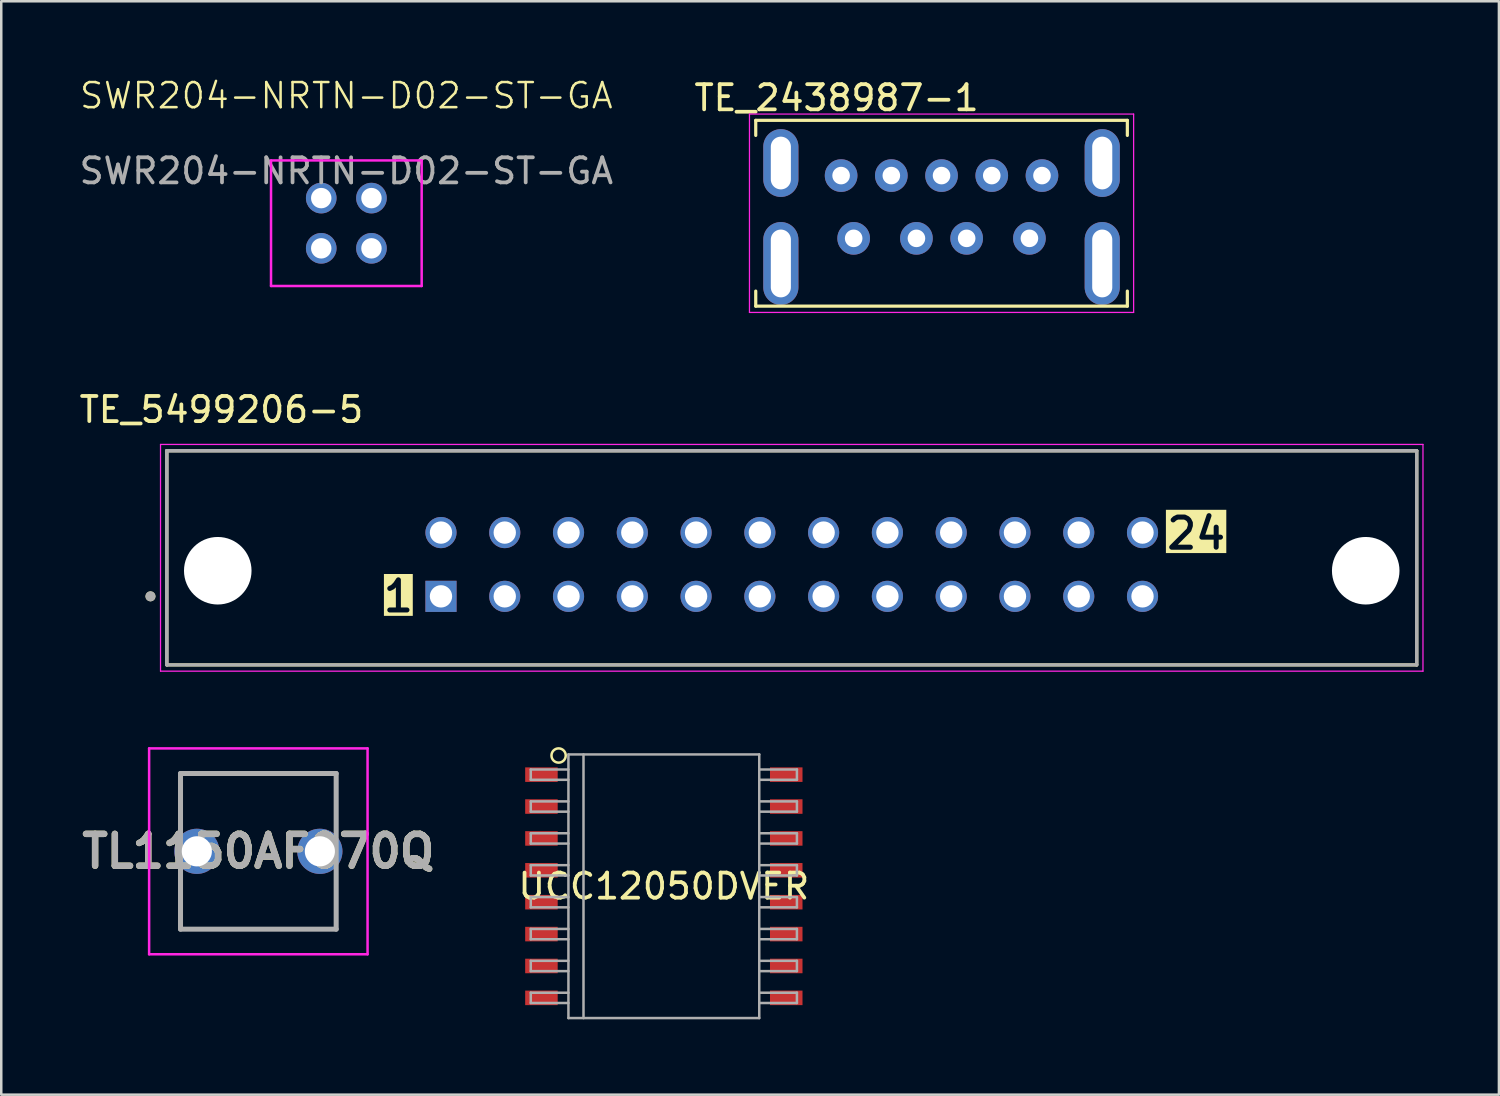
<source format=kicad_pcb>
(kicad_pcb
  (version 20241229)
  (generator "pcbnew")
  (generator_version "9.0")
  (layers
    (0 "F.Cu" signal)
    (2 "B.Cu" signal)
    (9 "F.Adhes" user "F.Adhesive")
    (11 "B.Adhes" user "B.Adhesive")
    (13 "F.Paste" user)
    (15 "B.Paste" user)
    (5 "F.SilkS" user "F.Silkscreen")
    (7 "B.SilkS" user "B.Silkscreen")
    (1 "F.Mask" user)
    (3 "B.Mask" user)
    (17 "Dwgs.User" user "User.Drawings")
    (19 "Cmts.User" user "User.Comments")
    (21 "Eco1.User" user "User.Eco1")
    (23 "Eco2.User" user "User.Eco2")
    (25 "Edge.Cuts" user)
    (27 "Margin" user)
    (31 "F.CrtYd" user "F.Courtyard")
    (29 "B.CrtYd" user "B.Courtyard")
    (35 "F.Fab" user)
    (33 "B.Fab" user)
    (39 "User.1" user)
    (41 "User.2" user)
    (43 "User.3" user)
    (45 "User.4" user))
  (footprint "TE_2438987-1"
    (layer "F.Cu")
    (at 34.449 5.443)
    (property "Reference" "TE_2438987-1" (at -4.183 -4.594 180) (layer "F.SilkS") (effects (font (size 1.002 1.002) (thickness 0.15))))
    (attr through_hole)
    (fp_line (start -7.4 -3.7) (end 7.4 -3.7) (stroke (width 0.127) (type solid)) (layer "F.SilkS"))
    (fp_line (start -7.4 -3.1) (end -7.4 -3.7) (stroke (width 0.127) (type solid)) (layer "F.SilkS"))
    (fp_line (start -7.4 3.7) (end -7.4 3.1) (stroke (width 0.127) (type solid)) (layer "F.SilkS"))
    (fp_line (start 7.4 -3.7) (end 7.4 -3.1) (stroke (width 0.127) (type solid)) (layer "F.SilkS"))
    (fp_line (start 7.4 3.1) (end 7.4 3.7) (stroke (width 0.127) (type solid)) (layer "F.SilkS"))
    (fp_line (start 7.4 3.7) (end -7.4 3.7) (stroke (width 0.127) (type solid)) (layer "F.SilkS"))
    (fp_line (start -7.65 -3.95) (end 7.65 -3.95) (stroke (width 0.05) (type solid)) (layer "F.CrtYd"))
    (fp_line (start -7.65 3.95) (end -7.65 -3.95) (stroke (width 0.05) (type solid)) (layer "F.CrtYd"))
    (fp_line (start 7.65 -3.95) (end 7.65 3.95) (stroke (width 0.05) (type solid)) (layer "F.CrtYd"))
    (fp_line (start 7.65 3.95) (end -7.65 3.95) (stroke (width 0.05) (type solid)) (layer "F.CrtYd"))
    (pad "1" thru_hole circle (at -3.5 1 180) (size 1.3 1.3) (drill 0.7) (layers "*.Cu" "*.Mask"))
    (pad "2" thru_hole circle (at -1 1 180) (size 1.3 1.3) (drill 0.7) (layers "*.Cu" "*.Mask"))
    (pad "3" thru_hole circle (at 1 1 180) (size 1.3 1.3) (drill 0.7) (layers "*.Cu" "*.Mask"))
    (pad "4" thru_hole circle (at 3.5 1 180) (size 1.3 1.3) (drill 0.7) (layers "*.Cu" "*.Mask"))
    (pad "5" thru_hole circle (at 4 -1.5 180) (size 1.3 1.3) (drill 0.7) (layers "*.Cu" "*.Mask"))
    (pad "6" thru_hole circle (at 2 -1.5 180) (size 1.3 1.3) (drill 0.7) (layers "*.Cu" "*.Mask"))
    (pad "7" thru_hole circle (at 0 -1.5 180) (size 1.3 1.3) (drill 0.7) (layers "*.Cu" "*.Mask"))
    (pad "8" thru_hole circle (at -2 -1.5 180) (size 1.3 1.3) (drill 0.7) (layers "*.Cu" "*.Mask"))
    (pad "9" thru_hole circle (at -4 -1.5 180) (size 1.3 1.3) (drill 0.7) (layers "*.Cu" "*.Mask"))
    (pad "SHIELD" thru_hole oval (at -6.4 -2 180) (size 1.4 2.7) (drill oval 0.8 2.1) (layers "*.Cu" "*.Mask"))
    (pad "SHIELD" thru_hole oval (at -6.4 2 180) (size 1.4 3.3) (drill oval 0.8 2.7) (layers "*.Cu" "*.Mask"))
    (pad "SHIELD" thru_hole oval (at 6.4 -2 180) (size 1.4 2.7) (drill oval 0.8 2.1) (layers "*.Cu" "*.Mask"))
    (pad "SHIELD" thru_hole oval (at 6.4 2 180) (size 1.4 3.3) (drill oval 0.8 2.7) (layers "*.Cu" "*.Mask"))
    (zone (net_name "") (layers "F.Cu" "B.Cu") (hatch edge 0.5) (connect_pads) (min_thickness 0.25) (filled_areas_thickness no) (keepout (tracks not_allowed) (vias not_allowed) (pads not_allowed) (copperpour allowed) (footprints allowed)) (placement (enabled no)) (fill) (polygon (pts (xy 28.949 2.893) (xy 29.649 2.893) (xy 29.649 4.413) (xy 28.949 4.413))))
    (zone (net_name "") (layers "F.Cu" "B.Cu") (hatch edge 0.5) (connect_pads) (min_thickness 0.25) (filled_areas_thickness no) (keepout (tracks not_allowed) (vias not_allowed) (pads not_allowed) (copperpour allowed) (footprints allowed)) (placement (enabled no)) (fill) (polygon (pts (xy 28.949 6.843) (xy 29.649 6.843) (xy 29.649 8.043) (xy 28.949 8.043))))
    (zone (net_name "") (layers "F.Cu" "B.Cu") (hatch edge 0.5) (connect_pads) (min_thickness 0.25) (filled_areas_thickness no) (keepout (tracks not_allowed) (vias not_allowed) (pads not_allowed) (copperpour allowed) (footprints allowed)) (placement (enabled no)) (fill) (polygon (pts (xy 39.249 6.843) (xy 39.949 6.843) (xy 39.949 8.043) (xy 39.249 8.043))))
    (zone (net_name "") (layers "F.Cu" "B.Cu") (hatch edge 0.5) (connect_pads) (min_thickness 0.25) (filled_areas_thickness no) (keepout (tracks not_allowed) (vias not_allowed) (pads not_allowed) (copperpour allowed) (footprints allowed)) (placement (enabled no)) (fill) (polygon (pts (xy 39.259 2.903) (xy 39.959 2.903) (xy 39.959 4.423) (xy 39.259 4.423)))))
  (footprint "SWR204-NRTN-D02-ST-GA"
    (layer "F.Cu")
    (at 10.744 5.84)
    (property "Reference" "SWR204-NRTN-D02-ST-GA" (at 0 -5.08 0) (unlocked yes) (layer "F.SilkS") (effects (font (size 1 1) (thickness 0.1))))
    (attr through_hole)
    (fp_line (start -3 -2.5) (end -3 2.5) (stroke (width 0.1) (type default)) (layer "F.CrtYd"))
    (fp_line (start -3 2.5) (end 3 2.5) (stroke (width 0.1) (type default)) (layer "F.CrtYd"))
    (fp_line (start 3 -2.5) (end -3 -2.5) (stroke (width 0.1) (type default)) (layer "F.CrtYd"))
    (fp_line (start 3 2.5) (end 3 -2.5) (stroke (width 0.1) (type default)) (layer "F.CrtYd"))
    (fp_text user "${REFERENCE}" (at 0 -2.08 0) (unlocked yes) (layer "F.Fab") (effects (font (size 1 1) (thickness 0.15))))
    (pad "1" thru_hole circle (at 1 -1) (size 1.219 1.219) (drill 0.813) (layers "*.Cu" "*.Mask"))
    (pad "2" thru_hole circle (at -1 -1) (size 1.219 1.219) (drill 0.813) (layers "*.Cu" "*.Mask"))
    (pad "3" thru_hole circle (at -1 1) (size 1.219 1.219) (drill 0.813) (layers "*.Cu" "*.Mask"))
    (pad "4" thru_hole circle (at 1 1) (size 1.219 1.219) (drill 0.813) (layers "*.Cu" "*.Mask")))
  (footprint "TE_5499206-5"
    (layer "F.Cu")
    (at 14.513 20.701)
    (property "Reference" "TE_5499206-5" (at -8.745 -7.435 0) (layer "F.SilkS") (effects (font (size 1 1) (thickness 0.15))))
    (attr through_hole)
    (fp_line (start -10.92 2.73) (end -10.92 -5.8) (stroke (width 0.127) (type solid)) (layer "F.SilkS"))
    (fp_line (start 38.86 -5.8) (end -10.92 -5.8) (stroke (width 0.127) (type solid)) (layer "F.SilkS"))
    (fp_line (start 38.86 -5.8) (end 38.86 2.73) (stroke (width 0.127) (type solid)) (layer "F.SilkS"))
    (fp_line (start 38.86 2.73) (end -10.92 2.73) (stroke (width 0.127) (type solid)) (layer "F.SilkS"))
    (fp_circle (center -11.57 0) (end -11.47 0) (stroke (width 0.2) (type solid)) (fill no) (layer "F.SilkS"))
    (fp_line (start -11.17 -6.05) (end 39.11 -6.05) (stroke (width 0.05) (type solid)) (layer "F.CrtYd"))
    (fp_line (start -11.17 2.98) (end -11.17 -6.05) (stroke (width 0.05) (type solid)) (layer "F.CrtYd"))
    (fp_line (start 39.11 -6.05) (end 39.11 2.98) (stroke (width 0.05) (type solid)) (layer "F.CrtYd"))
    (fp_line (start 39.11 2.98) (end -11.17 2.98) (stroke (width 0.05) (type solid)) (layer "F.CrtYd"))
    (fp_line (start -10.92 -5.8) (end 38.86 -5.8) (stroke (width 0.127) (type solid)) (layer "F.Fab"))
    (fp_line (start -10.92 -5.8) (end 38.86 -5.8) (stroke (width 0.127) (type solid)) (layer "F.Fab"))
    (fp_line (start -10.92 2.73) (end -10.92 -5.8) (stroke (width 0.127) (type solid)) (layer "F.Fab"))
    (fp_line (start -10.92 2.73) (end -10.92 -5.8) (stroke (width 0.127) (type solid)) (layer "F.Fab"))
    (fp_line (start 38.86 -5.8) (end 38.86 2.73) (stroke (width 0.127) (type solid)) (layer "F.Fab"))
    (fp_line (start 38.86 -5.8) (end 38.86 2.73) (stroke (width 0.127) (type solid)) (layer "F.Fab"))
    (fp_line (start 38.86 2.73) (end -10.92 2.73) (stroke (width 0.127) (type solid)) (layer "F.Fab"))
    (fp_circle (center -11.57 0) (end -11.47 0) (stroke (width 0.2) (type solid)) (fill no) (layer "F.Fab"))
    (fp_text user "1" (at -2.4 0.7 0) (unlocked yes) (layer "F.SilkS" knockout) (effects (font (size 1.2 1.2) (thickness 0.2) (bold yes)) (justify left bottom)))
    (fp_text user "24" (at 28.8 -1.8 0) (unlocked yes) (layer "F.SilkS" knockout) (effects (font (size 1.2 1.2) (thickness 0.2) (bold yes)) (justify left bottom)))
    (pad "" np_thru_hole circle (at -8.89 -1.02) (size 2.69 2.69) (drill 2.69) (layers "*.Cu" "*.Mask"))
    (pad "" np_thru_hole circle (at 36.83 -1.02) (size 2.69 2.69) (drill 2.69) (layers "*.Cu" "*.Mask"))
    (pad "1" thru_hole rect (at 0 0) (size 1.24 1.24) (drill 0.89) (layers "*.Cu" "*.Mask"))
    (pad "2" thru_hole circle (at 0 -2.54) (size 1.24 1.24) (drill 0.89) (layers "*.Cu" "*.Mask"))
    (pad "3" thru_hole circle (at 2.54 0) (size 1.24 1.24) (drill 0.89) (layers "*.Cu" "*.Mask"))
    (pad "4" thru_hole circle (at 2.54 -2.54) (size 1.24 1.24) (drill 0.89) (layers "*.Cu" "*.Mask"))
    (pad "5" thru_hole circle (at 5.08 0) (size 1.24 1.24) (drill 0.89) (layers "*.Cu" "*.Mask"))
    (pad "6" thru_hole circle (at 5.08 -2.54) (size 1.24 1.24) (drill 0.89) (layers "*.Cu" "*.Mask"))
    (pad "7" thru_hole circle (at 7.62 0) (size 1.24 1.24) (drill 0.89) (layers "*.Cu" "*.Mask"))
    (pad "8" thru_hole circle (at 7.62 -2.54) (size 1.24 1.24) (drill 0.89) (layers "*.Cu" "*.Mask"))
    (pad "9" thru_hole circle (at 10.16 0) (size 1.24 1.24) (drill 0.89) (layers "*.Cu" "*.Mask"))
    (pad "10" thru_hole circle (at 10.16 -2.54) (size 1.24 1.24) (drill 0.89) (layers "*.Cu" "*.Mask"))
    (pad "11" thru_hole circle (at 12.7 0) (size 1.24 1.24) (drill 0.89) (layers "*.Cu" "*.Mask"))
    (pad "12" thru_hole circle (at 12.7 -2.54) (size 1.24 1.24) (drill 0.89) (layers "*.Cu" "*.Mask"))
    (pad "13" thru_hole circle (at 15.24 0) (size 1.24 1.24) (drill 0.89) (layers "*.Cu" "*.Mask"))
    (pad "14" thru_hole circle (at 15.24 -2.54) (size 1.24 1.24) (drill 0.89) (layers "*.Cu" "*.Mask"))
    (pad "15" thru_hole circle (at 17.78 0) (size 1.24 1.24) (drill 0.89) (layers "*.Cu" "*.Mask"))
    (pad "16" thru_hole circle (at 17.78 -2.54) (size 1.24 1.24) (drill 0.89) (layers "*.Cu" "*.Mask"))
    (pad "17" thru_hole circle (at 20.32 0) (size 1.24 1.24) (drill 0.89) (layers "*.Cu" "*.Mask"))
    (pad "18" thru_hole circle (at 20.32 -2.54) (size 1.24 1.24) (drill 0.89) (layers "*.Cu" "*.Mask"))
    (pad "19" thru_hole circle (at 22.86 0) (size 1.24 1.24) (drill 0.89) (layers "*.Cu" "*.Mask"))
    (pad "20" thru_hole circle (at 22.86 -2.54) (size 1.24 1.24) (drill 0.89) (layers "*.Cu" "*.Mask"))
    (pad "21" thru_hole circle (at 25.4 0) (size 1.24 1.24) (drill 0.89) (layers "*.Cu" "*.Mask"))
    (pad "22" thru_hole circle (at 25.4 -2.54) (size 1.24 1.24) (drill 0.89) (layers "*.Cu" "*.Mask"))
    (pad "23" thru_hole circle (at 27.94 0) (size 1.24 1.24) (drill 0.89) (layers "*.Cu" "*.Mask"))
    (pad "24" thru_hole circle (at 27.94 -2.54) (size 1.24 1.24) (drill 0.89) (layers "*.Cu" "*.Mask")))
  (footprint "UCC12050DVER"
    (layer "F.Cu")
    (at 23.389 32.247)
    (property "Reference" "UCC12050DVER" (at 0 0 0) (layer "F.SilkS") (effects (font (size 1 1) (thickness 0.15))))
    (attr through_hole)
    (fp_circle (center -4.191 -5.207) (end -4.064 -5.461) (stroke (width 0.1) (type default)) (fill no) (layer "F.SilkS"))
    (fp_line (start -5.3 -4.65) (end -3.8 -4.65) (stroke (width 0.1) (type solid)) (layer "F.Fab"))
    (fp_line (start -5.3 -4.24) (end -5.3 -4.65) (stroke (width 0.1) (type solid)) (layer "F.Fab"))
    (fp_line (start -5.3 -4.24) (end -3.8 -4.24) (stroke (width 0.1) (type solid)) (layer "F.Fab"))
    (fp_line (start -5.3 -3.38) (end -3.8 -3.38) (stroke (width 0.1) (type solid)) (layer "F.Fab"))
    (fp_line (start -5.3 -2.97) (end -5.3 -3.38) (stroke (width 0.1) (type solid)) (layer "F.Fab"))
    (fp_line (start -5.3 -2.97) (end -3.8 -2.97) (stroke (width 0.1) (type solid)) (layer "F.Fab"))
    (fp_line (start -5.3 -2.11) (end -3.8 -2.11) (stroke (width 0.1) (type solid)) (layer "F.Fab"))
    (fp_line (start -5.3 -1.7) (end -5.3 -2.11) (stroke (width 0.1) (type solid)) (layer "F.Fab"))
    (fp_line (start -5.3 -1.7) (end -3.8 -1.7) (stroke (width 0.1) (type solid)) (layer "F.Fab"))
    (fp_line (start -5.3 -0.84) (end -3.8 -0.84) (stroke (width 0.1) (type solid)) (layer "F.Fab"))
    (fp_line (start -5.3 -0.43) (end -5.3 -0.84) (stroke (width 0.1) (type solid)) (layer "F.Fab"))
    (fp_line (start -5.3 -0.43) (end -3.8 -0.43) (stroke (width 0.1) (type solid)) (layer "F.Fab"))
    (fp_line (start -5.3 0.43) (end -3.8 0.43) (stroke (width 0.1) (type solid)) (layer "F.Fab"))
    (fp_line (start -5.3 0.84) (end -5.3 0.43) (stroke (width 0.1) (type solid)) (layer "F.Fab"))
    (fp_line (start -5.3 0.84) (end -3.8 0.84) (stroke (width 0.1) (type solid)) (layer "F.Fab"))
    (fp_line (start -5.3 1.7) (end -3.8 1.7) (stroke (width 0.1) (type solid)) (layer "F.Fab"))
    (fp_line (start -5.3 2.11) (end -5.3 1.7) (stroke (width 0.1) (type solid)) (layer "F.Fab"))
    (fp_line (start -5.3 2.11) (end -3.8 2.11) (stroke (width 0.1) (type solid)) (layer "F.Fab"))
    (fp_line (start -5.3 2.97) (end -3.8 2.97) (stroke (width 0.1) (type solid)) (layer "F.Fab"))
    (fp_line (start -5.3 3.38) (end -5.3 2.97) (stroke (width 0.1) (type solid)) (layer "F.Fab"))
    (fp_line (start -5.3 3.38) (end -3.8 3.38) (stroke (width 0.1) (type solid)) (layer "F.Fab"))
    (fp_line (start -5.3 4.24) (end -3.8 4.24) (stroke (width 0.1) (type solid)) (layer "F.Fab"))
    (fp_line (start -5.3 4.65) (end -5.3 4.24) (stroke (width 0.1) (type solid)) (layer "F.Fab"))
    (fp_line (start -5.3 4.65) (end -3.8 4.65) (stroke (width 0.1) (type solid)) (layer "F.Fab"))
    (fp_line (start -3.8 -5.25) (end 3.8 -5.25) (stroke (width 0.1) (type solid)) (layer "F.Fab"))
    (fp_line (start -3.8 5.25) (end -3.8 -5.25) (stroke (width 0.1) (type solid)) (layer "F.Fab"))
    (fp_line (start -3.8 5.25) (end 3.8 5.25) (stroke (width 0.1) (type solid)) (layer "F.Fab"))
    (fp_line (start -3.2 5.25) (end -3.2 -5.25) (stroke (width 0.1) (type solid)) (layer "F.Fab"))
    (fp_line (start 3.8 -4.65) (end 5.3 -4.65) (stroke (width 0.1) (type solid)) (layer "F.Fab"))
    (fp_line (start 3.8 -4.24) (end 5.3 -4.24) (stroke (width 0.1) (type solid)) (layer "F.Fab"))
    (fp_line (start 3.8 -3.38) (end 5.3 -3.38) (stroke (width 0.1) (type solid)) (layer "F.Fab"))
    (fp_line (start 3.8 -2.97) (end 5.3 -2.97) (stroke (width 0.1) (type solid)) (layer "F.Fab"))
    (fp_line (start 3.8 -2.11) (end 5.3 -2.11) (stroke (width 0.1) (type solid)) (layer "F.Fab"))
    (fp_line (start 3.8 -1.7) (end 5.3 -1.7) (stroke (width 0.1) (type solid)) (layer "F.Fab"))
    (fp_line (start 3.8 -0.84) (end 5.3 -0.84) (stroke (width 0.1) (type solid)) (layer "F.Fab"))
    (fp_line (start 3.8 -0.43) (end 5.3 -0.43) (stroke (width 0.1) (type solid)) (layer "F.Fab"))
    (fp_line (start 3.8 0.43) (end 5.3 0.43) (stroke (width 0.1) (type solid)) (layer "F.Fab"))
    (fp_line (start 3.8 0.84) (end 5.3 0.84) (stroke (width 0.1) (type solid)) (layer "F.Fab"))
    (fp_line (start 3.8 1.7) (end 5.3 1.7) (stroke (width 0.1) (type solid)) (layer "F.Fab"))
    (fp_line (start 3.8 2.11) (end 5.3 2.11) (stroke (width 0.1) (type solid)) (layer "F.Fab"))
    (fp_line (start 3.8 2.97) (end 5.3 2.97) (stroke (width 0.1) (type solid)) (layer "F.Fab"))
    (fp_line (start 3.8 3.38) (end 5.3 3.38) (stroke (width 0.1) (type solid)) (layer "F.Fab"))
    (fp_line (start 3.8 4.24) (end 5.3 4.24) (stroke (width 0.1) (type solid)) (layer "F.Fab"))
    (fp_line (start 3.8 4.65) (end 5.3 4.65) (stroke (width 0.1) (type solid)) (layer "F.Fab"))
    (fp_line (start 3.8 5.25) (end 3.8 -5.25) (stroke (width 0.1) (type solid)) (layer "F.Fab"))
    (fp_line (start 5.3 -4.24) (end 5.3 -4.65) (stroke (width 0.1) (type solid)) (layer "F.Fab"))
    (fp_line (start 5.3 -2.97) (end 5.3 -3.38) (stroke (width 0.1) (type solid)) (layer "F.Fab"))
    (fp_line (start 5.3 -1.7) (end 5.3 -2.11) (stroke (width 0.1) (type solid)) (layer "F.Fab"))
    (fp_line (start 5.3 -0.43) (end 5.3 -0.84) (stroke (width 0.1) (type solid)) (layer "F.Fab"))
    (fp_line (start 5.3 0.84) (end 5.3 0.43) (stroke (width 0.1) (type solid)) (layer "F.Fab"))
    (fp_line (start 5.3 2.11) (end 5.3 1.7) (stroke (width 0.1) (type solid)) (layer "F.Fab"))
    (fp_line (start 5.3 3.38) (end 5.3 2.97) (stroke (width 0.1) (type solid)) (layer "F.Fab"))
    (fp_line (start 5.3 4.65) (end 5.3 4.24) (stroke (width 0.1) (type solid)) (layer "F.Fab"))
    (pad "1" smd rect (at -4.875 -4.445) (size 1.295 0.579) (layers "F.Cu" "F.Mask" "F.Paste"))
    (pad "2" smd rect (at -4.875 -3.175) (size 1.295 0.579) (layers "F.Cu" "F.Mask" "F.Paste"))
    (pad "3" smd rect (at -4.875 -1.905) (size 1.295 0.579) (layers "F.Cu" "F.Mask" "F.Paste"))
    (pad "4" smd rect (at -4.875 -0.635) (size 1.295 0.579) (layers "F.Cu" "F.Mask" "F.Paste"))
    (pad "5" smd rect (at -4.875 0.635) (size 1.295 0.579) (layers "F.Cu" "F.Mask" "F.Paste"))
    (pad "6" smd rect (at -4.875 1.905) (size 1.295 0.579) (layers "F.Cu" "F.Mask" "F.Paste"))
    (pad "7" smd rect (at -4.875 3.175) (size 1.295 0.579) (layers "F.Cu" "F.Mask" "F.Paste"))
    (pad "8" smd rect (at -4.875 4.445) (size 1.295 0.579) (layers "F.Cu" "F.Mask" "F.Paste"))
    (pad "9" smd rect (at 4.875 4.445) (size 1.295 0.579) (layers "F.Cu" "F.Mask" "F.Paste"))
    (pad "10" smd rect (at 4.875 3.175) (size 1.295 0.579) (layers "F.Cu" "F.Mask" "F.Paste"))
    (pad "11" smd rect (at 4.875 1.905) (size 1.295 0.579) (layers "F.Cu" "F.Mask" "F.Paste"))
    (pad "12" smd rect (at 4.875 0.635) (size 1.295 0.579) (layers "F.Cu" "F.Mask" "F.Paste"))
    (pad "13" smd rect (at 4.875 -0.635) (size 1.295 0.579) (layers "F.Cu" "F.Mask" "F.Paste"))
    (pad "14" smd rect (at 4.875 -1.905) (size 1.295 0.578) (layers "F.Cu" "F.Mask" "F.Paste"))
    (pad "15" smd rect (at 4.875 -3.175) (size 1.295 0.579) (layers "F.Cu" "F.Mask" "F.Paste"))
    (pad "16" smd rect (at 4.875 -4.445) (size 1.295 0.579) (layers "F.Cu" "F.Mask" "F.Paste")))
  (footprint "TL1150AF070Q"
    (layer "F.Cu")
    (at 4.789 30.856)
    (property "Reference" "TL1150AF070Q" (at 2.45 0 0) (layer "F.SilkS") (effects (font (size 1.27 1.27) (thickness 0.254))))
    (attr through_hole)
    (fp_line (start -0.65 -3.1) (end 5.55 -3.1) (stroke (width 0.1) (type solid)) (layer "F.SilkS"))
    (fp_line (start -0.65 -1.2) (end -0.65 -3.1) (stroke (width 0.1) (type solid)) (layer "F.SilkS"))
    (fp_line (start -0.65 1.2) (end -0.65 3.1) (stroke (width 0.1) (type solid)) (layer "F.SilkS"))
    (fp_line (start -0.65 3.1) (end 5.55 3.1) (stroke (width 0.1) (type solid)) (layer "F.SilkS"))
    (fp_line (start 5.55 -3.1) (end 5.55 -1.2) (stroke (width 0.1) (type solid)) (layer "F.SilkS"))
    (fp_line (start 5.55 3.1) (end 5.55 1.2) (stroke (width 0.1) (type solid)) (layer "F.SilkS"))
    (fp_line (start -1.9 -4.1) (end 6.8 -4.1) (stroke (width 0.1) (type solid)) (layer "F.CrtYd"))
    (fp_line (start -1.9 4.1) (end -1.9 -4.1) (stroke (width 0.1) (type solid)) (layer "F.CrtYd"))
    (fp_line (start 6.8 -4.1) (end 6.8 4.1) (stroke (width 0.1) (type solid)) (layer "F.CrtYd"))
    (fp_line (start 6.8 4.1) (end -1.9 4.1) (stroke (width 0.1) (type solid)) (layer "F.CrtYd"))
    (fp_line (start -0.65 -3.1) (end 5.55 -3.1) (stroke (width 0.2) (type solid)) (layer "F.Fab"))
    (fp_line (start -0.65 3.1) (end -0.65 -3.1) (stroke (width 0.2) (type solid)) (layer "F.Fab"))
    (fp_line (start 5.55 -3.1) (end 5.55 3.1) (stroke (width 0.2) (type solid)) (layer "F.Fab"))
    (fp_line (start 5.55 3.1) (end -0.65 3.1) (stroke (width 0.2) (type solid)) (layer "F.Fab"))
    (fp_text user "${REFERENCE}" (at 2.45 0 0) (layer "F.Fab") (effects (font (size 1.27 1.27) (thickness 0.254))))
    (pad "1" thru_hole circle (at 0 0) (size 1.8 1.8) (drill 1.2) (layers "*.Cu" "*.Mask"))
    (pad "2" thru_hole circle (at 4.9 0) (size 1.8 1.8) (drill 1.2) (layers "*.Cu" "*.Mask")))
  (gr_rect
    (start -3 -3)
    (end 56.648 40.547)
    (stroke (width 0.1) (type default))
    (fill no)
    (layer "Edge.Cuts")))
</source>
